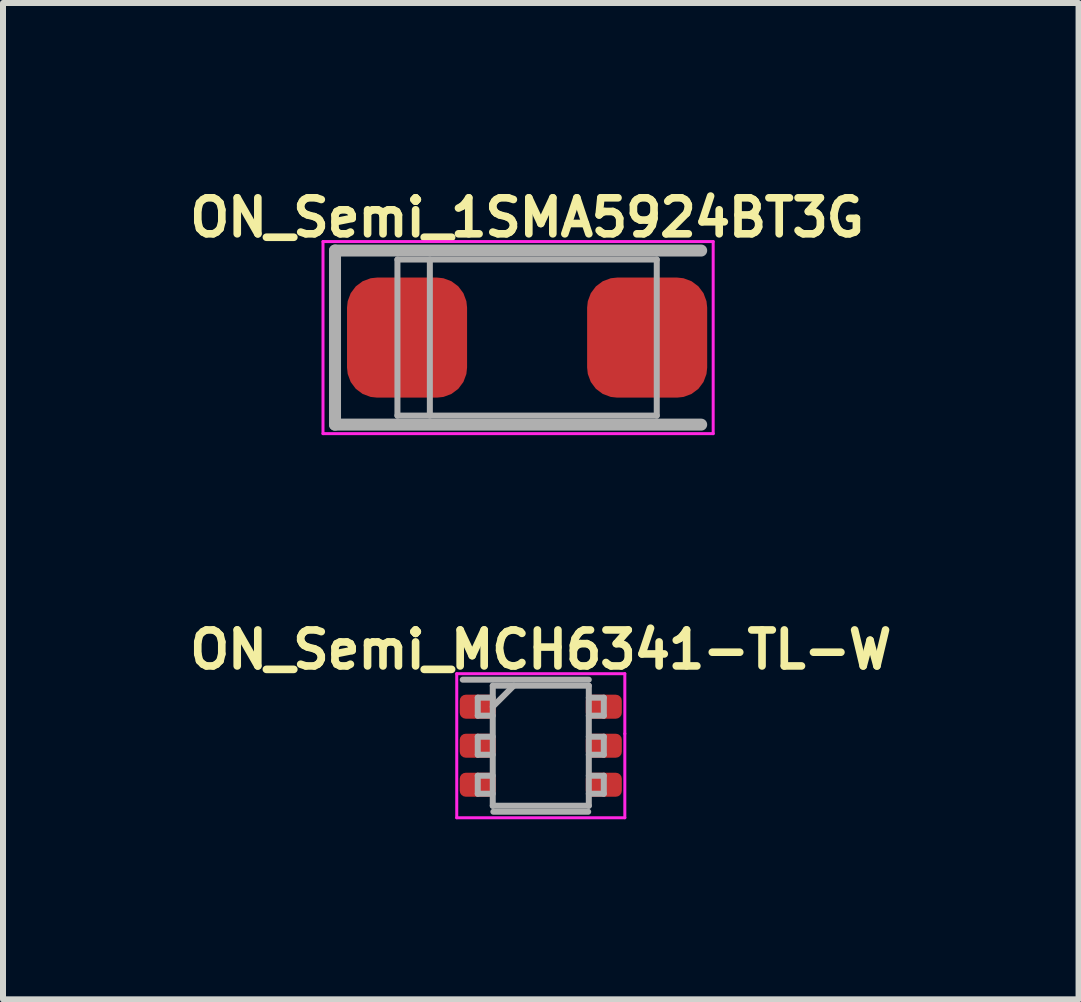
<source format=kicad_pcb>
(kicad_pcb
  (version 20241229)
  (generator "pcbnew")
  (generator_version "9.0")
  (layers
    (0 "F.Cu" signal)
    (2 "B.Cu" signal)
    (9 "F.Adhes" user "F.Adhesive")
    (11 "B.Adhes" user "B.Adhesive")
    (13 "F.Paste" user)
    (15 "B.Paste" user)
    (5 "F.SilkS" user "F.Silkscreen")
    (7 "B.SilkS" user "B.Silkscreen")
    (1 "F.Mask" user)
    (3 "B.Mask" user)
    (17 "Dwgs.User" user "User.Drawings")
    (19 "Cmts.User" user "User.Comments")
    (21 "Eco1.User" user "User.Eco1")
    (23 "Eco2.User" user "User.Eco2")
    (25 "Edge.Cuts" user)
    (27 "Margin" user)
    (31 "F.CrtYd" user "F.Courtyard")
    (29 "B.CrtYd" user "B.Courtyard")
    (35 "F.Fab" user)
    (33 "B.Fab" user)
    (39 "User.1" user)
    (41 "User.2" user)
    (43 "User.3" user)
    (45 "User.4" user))
  (footprint "ON_Semi_1SMA5924BT3G"
    (layer "F.Cu")
    (at 5.731 2.574)
    (property "Reference" "ON_Semi_1SMA5924BT3G" (at 0 -2 0) (layer "F.SilkS") (effects (font (size 0.6 0.6) (thickness 0.127))))
    (attr smd)
    (fp_line (start -3.4 -1.6) (end 3.1 -1.6) (stroke (width 0.05) (type solid)) (layer "F.CrtYd"))
    (fp_line (start -3.4 1.6) (end -3.4 -1.6) (stroke (width 0.05) (type solid)) (layer "F.CrtYd"))
    (fp_line (start 3.1 -1.6) (end 3.1 1.6) (stroke (width 0.05) (type solid)) (layer "F.CrtYd"))
    (fp_line (start 3.1 1.6) (end -3.4 1.6) (stroke (width 0.05) (type solid)) (layer "F.CrtYd"))
    (fp_line (start -3.2 -1.45) (end -3.2 1.45) (stroke (width 0.2) (type solid)) (layer "F.Fab"))
    (fp_line (start -3.2 -1.45) (end 2.9 -1.45) (stroke (width 0.2) (type solid)) (layer "F.Fab"))
    (fp_line (start -3.2 1.45) (end 2.9 1.45) (stroke (width 0.2) (type solid)) (layer "F.Fab"))
    (fp_line (start -2.16 1.3) (end -2.16 -1.3) (stroke (width 0.1) (type solid)) (layer "F.Fab"))
    (fp_line (start -1.62 -1.3) (end -1.62 1.3) (stroke (width 0.1) (type solid)) (layer "F.Fab"))
    (fp_line (start 2.16 -1.3) (end -2.16 -1.3) (stroke (width 0.1) (type solid)) (layer "F.Fab"))
    (fp_line (start 2.16 -1.3) (end 2.16 1.3) (stroke (width 0.1) (type solid)) (layer "F.Fab"))
    (fp_line (start 2.16 1.3) (end -2.16 1.3) (stroke (width 0.1) (type solid)) (layer "F.Fab"))
    (pad "1" smd roundrect (at 2 0) (size 2 2) (layers "F.Cu" "F.Mask" "F.Paste") (roundrect_rratio 0.25))
    (pad "2" smd roundrect (at -2 0) (size 2 2) (layers "F.Cu" "F.Mask" "F.Paste") (roundrect_rratio 0.25)))
  (footprint "ON_Semi_MCH6341-TL-W"
    (layer "F.Cu")
    (at 5.959 9.373)
    (property "Reference" "ON_Semi_MCH6341-TL-W" (at 0 -1.6 0) (layer "F.SilkS") (effects (font (size 0.6 0.6) (thickness 0.127))))
    (attr smd)
    (fp_line (start -1.4 -1.2) (end 1.4 -1.2) (stroke (width 0.05) (type solid)) (layer "F.CrtYd"))
    (fp_line (start -1.4 1.2) (end -1.4 -1.2) (stroke (width 0.05) (type solid)) (layer "F.CrtYd"))
    (fp_line (start -1.4 1.2) (end 1.4 1.2) (stroke (width 0.05) (type solid)) (layer "F.CrtYd"))
    (fp_line (start 1.4 -1.2) (end 1.4 -0.2) (stroke (width 0.05) (type solid)) (layer "F.CrtYd"))
    (fp_line (start 1.4 -0.2) (end 1.4 1.2) (stroke (width 0.05) (type solid)) (layer "F.CrtYd"))
    (fp_line (start -1.05 -0.8) (end -0.8 -0.8) (stroke (width 0.1) (type solid)) (layer "F.Fab"))
    (fp_line (start -1.05 -0.5) (end -1.05 -0.8) (stroke (width 0.1) (type solid)) (layer "F.Fab"))
    (fp_line (start -1.05 -0.5) (end -0.8 -0.5) (stroke (width 0.1) (type solid)) (layer "F.Fab"))
    (fp_line (start -1.05 -0.15) (end -0.8 -0.15) (stroke (width 0.1) (type solid)) (layer "F.Fab"))
    (fp_line (start -1.05 0.15) (end -1.05 -0.15) (stroke (width 0.1) (type solid)) (layer "F.Fab"))
    (fp_line (start -1.05 0.15) (end -0.8 0.15) (stroke (width 0.1) (type solid)) (layer "F.Fab"))
    (fp_line (start -1.05 0.5) (end -0.8 0.5) (stroke (width 0.1) (type solid)) (layer "F.Fab"))
    (fp_line (start -1.05 0.8) (end -1.05 0.5) (stroke (width 0.1) (type solid)) (layer "F.Fab"))
    (fp_line (start -1.05 0.8) (end -0.8 0.8) (stroke (width 0.1) (type solid)) (layer "F.Fab"))
    (fp_line (start -0.8 -1) (end -0.8 1) (stroke (width 0.1) (type solid)) (layer "F.Fab"))
    (fp_line (start -0.8 -0.65) (end -0.45 -1) (stroke (width 0.1) (type solid)) (layer "F.Fab"))
    (fp_line (start -0.8 1) (end 0.8 1) (stroke (width 0.1) (type solid)) (layer "F.Fab"))
    (fp_line (start -0.79 1.1) (end 0.79 1.1) (stroke (width 0.1) (type solid)) (layer "F.Fab"))
    (fp_line (start 0.8 -1.1) (end -1.3 -1.1) (stroke (width 0.1) (type solid)) (layer "F.Fab"))
    (fp_line (start 0.8 -1) (end -0.8 -1) (stroke (width 0.1) (type solid)) (layer "F.Fab"))
    (fp_line (start 0.8 -0.8) (end 1.05 -0.8) (stroke (width 0.1) (type solid)) (layer "F.Fab"))
    (fp_line (start 0.8 1) (end 0.8 -1) (stroke (width 0.1) (type solid)) (layer "F.Fab"))
    (fp_line (start 1.05 -0.8) (end 1.05 -0.5) (stroke (width 0.1) (type solid)) (layer "F.Fab"))
    (fp_line (start 1.05 -0.5) (end 0.8 -0.5) (stroke (width 0.1) (type solid)) (layer "F.Fab"))
    (fp_line (start 1.05 -0.15) (end 0.8 -0.15) (stroke (width 0.1) (type solid)) (layer "F.Fab"))
    (fp_line (start 1.05 0.15) (end 0.8 0.15) (stroke (width 0.1) (type solid)) (layer "F.Fab"))
    (fp_line (start 1.05 0.15) (end 1.05 -0.15) (stroke (width 0.1) (type solid)) (layer "F.Fab"))
    (fp_line (start 1.05 0.5) (end 0.8 0.5) (stroke (width 0.1) (type solid)) (layer "F.Fab"))
    (fp_line (start 1.05 0.8) (end 0.8 0.8) (stroke (width 0.1) (type solid)) (layer "F.Fab"))
    (fp_line (start 1.05 0.8) (end 1.05 0.5) (stroke (width 0.1) (type solid)) (layer "F.Fab"))
    (pad "1" smd roundrect (at -1.05 -0.65) (size 0.6 0.4) (layers "F.Cu" "F.Mask" "F.Paste") (roundrect_rratio 0.25))
    (pad "2" smd roundrect (at -1.05 0) (size 0.6 0.4) (layers "F.Cu" "F.Mask" "F.Paste") (roundrect_rratio 0.25))
    (pad "3" smd roundrect (at -1.05 0.65) (size 0.6 0.4) (layers "F.Cu" "F.Mask" "F.Paste") (roundrect_rratio 0.25))
    (pad "4" smd roundrect (at 1.05 0.65) (size 0.6 0.4) (layers "F.Cu" "F.Mask" "F.Paste") (roundrect_rratio 0.25))
    (pad "5" smd roundrect (at 1.05 0) (size 0.6 0.4) (layers "F.Cu" "F.Mask" "F.Paste") (roundrect_rratio 0.25))
    (pad "6" smd roundrect (at 1.05 -0.65) (size 0.6 0.4) (layers "F.Cu" "F.Mask" "F.Paste") (roundrect_rratio 0.25)))
  (gr_rect
    (start -3 -3)
    (end 14.918 13.598)
    (stroke (width 0.1) (type default))
    (fill no)
    (layer "Edge.Cuts")))
</source>
